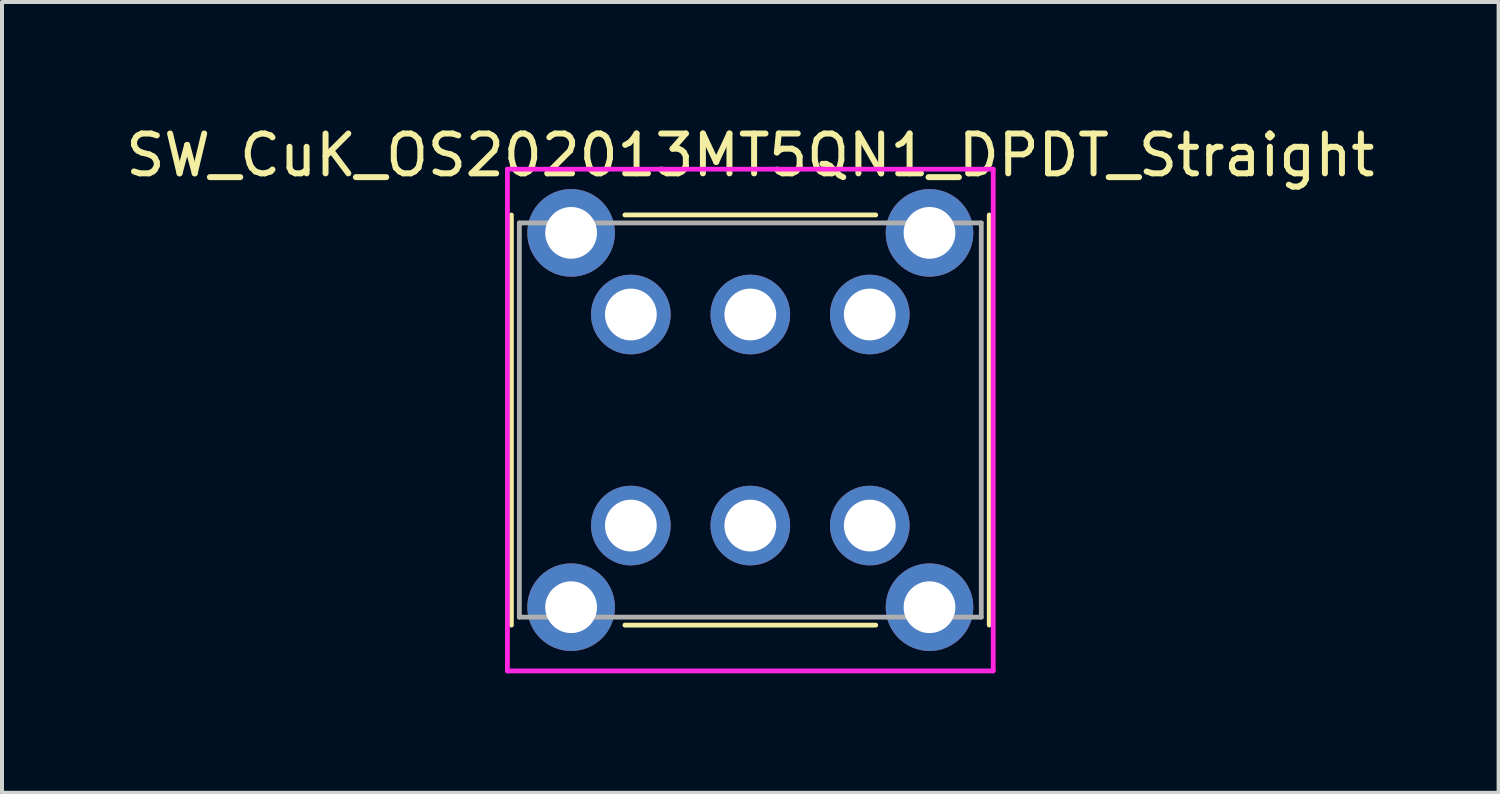
<source format=kicad_pcb>
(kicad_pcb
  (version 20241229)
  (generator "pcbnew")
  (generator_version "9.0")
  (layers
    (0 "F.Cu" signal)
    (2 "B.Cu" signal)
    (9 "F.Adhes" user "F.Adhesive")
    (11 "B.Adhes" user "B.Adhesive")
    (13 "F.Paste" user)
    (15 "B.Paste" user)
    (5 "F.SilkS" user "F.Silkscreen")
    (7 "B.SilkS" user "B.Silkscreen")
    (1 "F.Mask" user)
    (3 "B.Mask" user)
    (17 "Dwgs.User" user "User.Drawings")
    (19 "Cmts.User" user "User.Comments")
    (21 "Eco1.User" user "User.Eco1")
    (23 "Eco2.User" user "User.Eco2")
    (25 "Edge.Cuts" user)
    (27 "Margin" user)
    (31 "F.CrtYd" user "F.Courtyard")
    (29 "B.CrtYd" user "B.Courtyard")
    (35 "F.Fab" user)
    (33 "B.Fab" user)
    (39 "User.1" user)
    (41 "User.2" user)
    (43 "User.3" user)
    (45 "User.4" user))
  (footprint "SW_CuK_OS202013MT5QN1_DPDT_Straight"
    (layer "F.Cu")
    (at 15.792 7.498)
    (property "Reference" "SW_CuK_OS202013MT5QN1_DPDT_Straight" (at 0 -6.65 0) (layer "F.SilkS") (effects (font (size 1 1) (thickness 0.15))))
    (attr through_hole)
    (fp_line (start -6 -5.15) (end -6 5.15) (stroke (width 0.12) (type solid)) (layer "F.SilkS"))
    (fp_line (start -3.15 -5.15) (end 3.15 -5.15) (stroke (width 0.12) (type solid)) (layer "F.SilkS"))
    (fp_line (start 3.15 5.15) (end -3.15 5.15) (stroke (width 0.12) (type solid)) (layer "F.SilkS"))
    (fp_line (start 6 5.15) (end 6 -5.15) (stroke (width 0.12) (type solid)) (layer "F.SilkS"))
    (fp_line (start -6.1 -6.3) (end -6.1 6.3) (stroke (width 0.12) (type solid)) (layer "F.CrtYd"))
    (fp_line (start -6.1 6.3) (end 6.1 6.3) (stroke (width 0.12) (type solid)) (layer "F.CrtYd"))
    (fp_line (start 6.1 -6.3) (end -6.1 -6.3) (stroke (width 0.12) (type solid)) (layer "F.CrtYd"))
    (fp_line (start 6.1 6.3) (end 6.1 -6.3) (stroke (width 0.12) (type solid)) (layer "F.CrtYd"))
    (fp_line (start -5.8 -4.95) (end 5.8 -4.95) (stroke (width 0.12) (type solid)) (layer "F.Fab"))
    (fp_line (start -5.8 4.95) (end -5.8 -4.95) (stroke (width 0.12) (type solid)) (layer "F.Fab"))
    (fp_line (start 5.8 -4.95) (end 5.8 4.95) (stroke (width 0.12) (type solid)) (layer "F.Fab"))
    (fp_line (start 5.8 4.95) (end -5.8 4.95) (stroke (width 0.12) (type solid)) (layer "F.Fab"))
    (pad "" thru_hole circle (at -4.5 -4.7) (size 2.2 2.2) (drill 1.3) (layers "*.Cu" "*.Mask"))
    (pad "" thru_hole circle (at -4.5 4.7) (size 2.2 2.2) (drill 1.3) (layers "*.Cu" "*.Mask"))
    (pad "" thru_hole circle (at 4.5 -4.7) (size 2.2 2.2) (drill 1.3) (layers "*.Cu" "*.Mask"))
    (pad "" thru_hole circle (at 4.5 4.7) (size 2.2 2.2) (drill 1.3) (layers "*.Cu" "*.Mask"))
    (pad "1" thru_hole circle (at -3 -2.65) (size 2 2) (drill 1.3) (layers "*.Cu" "*.Mask"))
    (pad "2" thru_hole circle (at 0 -2.65) (size 2 2) (drill 1.3) (layers "*.Cu" "*.Mask"))
    (pad "3" thru_hole circle (at 3 -2.65) (size 2 2) (drill 1.3) (layers "*.Cu" "*.Mask"))
    (pad "4" thru_hole circle (at -3 2.65) (size 2 2) (drill 1.3) (layers "*.Cu" "*.Mask"))
    (pad "5" thru_hole circle (at 0 2.65) (size 2 2) (drill 1.3) (layers "*.Cu" "*.Mask"))
    (pad "6" thru_hole circle (at 3 2.65) (size 2 2) (drill 1.3) (layers "*.Cu" "*.Mask")))
  (gr_rect
    (start -3 -3)
    (end 34.583 16.858)
    (stroke (width 0.1) (type default))
    (fill no)
    (layer "Edge.Cuts")))
</source>
